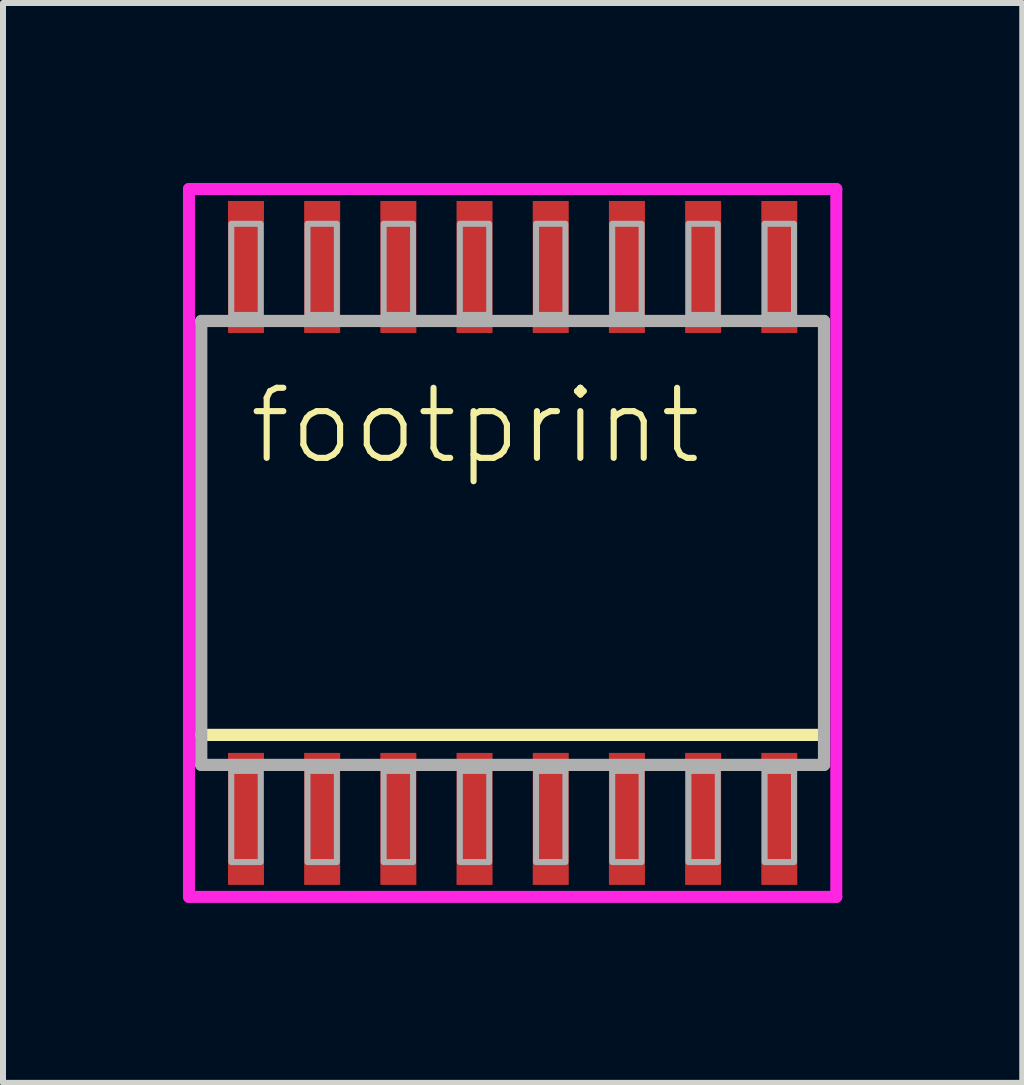
<source format=kicad_pcb>
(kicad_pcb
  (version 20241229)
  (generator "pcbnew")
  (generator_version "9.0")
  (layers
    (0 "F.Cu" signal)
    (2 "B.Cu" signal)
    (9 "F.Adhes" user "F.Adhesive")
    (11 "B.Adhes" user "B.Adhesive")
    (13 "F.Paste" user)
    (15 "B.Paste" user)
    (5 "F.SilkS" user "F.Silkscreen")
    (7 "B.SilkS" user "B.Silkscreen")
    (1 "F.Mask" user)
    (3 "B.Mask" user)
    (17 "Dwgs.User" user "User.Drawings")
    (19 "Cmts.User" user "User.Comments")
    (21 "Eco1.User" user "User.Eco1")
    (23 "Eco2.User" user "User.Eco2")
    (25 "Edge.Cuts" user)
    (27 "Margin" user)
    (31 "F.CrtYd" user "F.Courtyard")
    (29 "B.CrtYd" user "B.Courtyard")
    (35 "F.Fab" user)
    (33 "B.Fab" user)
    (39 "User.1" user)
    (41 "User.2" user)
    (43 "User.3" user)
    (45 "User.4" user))
  (footprint "footprint"
    (layer "F.Cu")
    (at 5.495 6)
    (property "Reference" "footprint" (at -4.445 -1.27 0) (layer "F.SilkS") (effects (font (size 1.168 1.168) (thickness 0.102)) (justify left bottom)))
    (fp_line (start 5.19 3.2) (end -5.19 3.2) (stroke (width 0.203) (type solid)) (layer "F.SilkS"))
    (fp_line (start -5.395 -5.9) (end 5.395 -5.9) (stroke (width 0.2) (type solid)) (layer "F.CrtYd"))
    (fp_line (start -5.395 5.9) (end -5.395 -5.9) (stroke (width 0.2) (type solid)) (layer "F.CrtYd"))
    (fp_line (start 5.395 -5.9) (end 5.395 5.9) (stroke (width 0.2) (type solid)) (layer "F.CrtYd"))
    (fp_line (start 5.395 5.9) (end -5.395 5.9) (stroke (width 0.2) (type solid)) (layer "F.CrtYd"))
    (fp_line (start -5.19 -3.7) (end 5.19 -3.7) (stroke (width 0.203) (type solid)) (layer "F.Fab"))
    (fp_line (start -5.19 3.7) (end -5.19 -3.7) (stroke (width 0.203) (type solid)) (layer "F.Fab"))
    (fp_line (start 5.19 -3.7) (end 5.19 3.7) (stroke (width 0.203) (type solid)) (layer "F.Fab"))
    (fp_line (start 5.19 3.7) (end -5.19 3.7) (stroke (width 0.203) (type solid)) (layer "F.Fab"))
    (fp_poly (pts (xy -4.69 -3.8) (xy -4.2 -3.8) (xy -4.2 -5.32) (xy -4.69 -5.32)) (stroke (width 0.1) (type solid)) (fill no) (layer "F.Fab"))
    (fp_poly (pts (xy -4.69 5.32) (xy -4.2 5.32) (xy -4.2 3.8) (xy -4.69 3.8)) (stroke (width 0.1) (type solid)) (fill no) (layer "F.Fab"))
    (fp_poly (pts (xy -3.42 -3.8) (xy -2.93 -3.8) (xy -2.93 -5.32) (xy -3.42 -5.32)) (stroke (width 0.1) (type solid)) (fill no) (layer "F.Fab"))
    (fp_poly (pts (xy -3.42 5.32) (xy -2.93 5.32) (xy -2.93 3.8) (xy -3.42 3.8)) (stroke (width 0.1) (type solid)) (fill no) (layer "F.Fab"))
    (fp_poly (pts (xy -2.15 -3.8) (xy -1.66 -3.8) (xy -1.66 -5.32) (xy -2.15 -5.32)) (stroke (width 0.1) (type solid)) (fill no) (layer "F.Fab"))
    (fp_poly (pts (xy -2.15 5.32) (xy -1.66 5.32) (xy -1.66 3.8) (xy -2.15 3.8)) (stroke (width 0.1) (type solid)) (fill no) (layer "F.Fab"))
    (fp_poly (pts (xy -0.88 -3.8) (xy -0.39 -3.8) (xy -0.39 -5.32) (xy -0.88 -5.32)) (stroke (width 0.1) (type solid)) (fill no) (layer "F.Fab"))
    (fp_poly (pts (xy -0.88 5.32) (xy -0.39 5.32) (xy -0.39 3.8) (xy -0.88 3.8)) (stroke (width 0.1) (type solid)) (fill no) (layer "F.Fab"))
    (fp_poly (pts (xy 0.39 -3.8) (xy 0.88 -3.8) (xy 0.88 -5.32) (xy 0.39 -5.32)) (stroke (width 0.1) (type solid)) (fill no) (layer "F.Fab"))
    (fp_poly (pts (xy 0.39 5.32) (xy 0.88 5.32) (xy 0.88 3.8) (xy 0.39 3.8)) (stroke (width 0.1) (type solid)) (fill no) (layer "F.Fab"))
    (fp_poly (pts (xy 1.66 -3.8) (xy 2.15 -3.8) (xy 2.15 -5.32) (xy 1.66 -5.32)) (stroke (width 0.1) (type solid)) (fill no) (layer "F.Fab"))
    (fp_poly (pts (xy 1.66 5.32) (xy 2.15 5.32) (xy 2.15 3.8) (xy 1.66 3.8)) (stroke (width 0.1) (type solid)) (fill no) (layer "F.Fab"))
    (fp_poly (pts (xy 2.93 -3.8) (xy 3.42 -3.8) (xy 3.42 -5.32) (xy 2.93 -5.32)) (stroke (width 0.1) (type solid)) (fill no) (layer "F.Fab"))
    (fp_poly (pts (xy 2.93 5.32) (xy 3.42 5.32) (xy 3.42 3.8) (xy 2.93 3.8)) (stroke (width 0.1) (type solid)) (fill no) (layer "F.Fab"))
    (fp_poly (pts (xy 4.2 -3.8) (xy 4.69 -3.8) (xy 4.69 -5.32) (xy 4.2 -5.32)) (stroke (width 0.1) (type solid)) (fill no) (layer "F.Fab"))
    (fp_poly (pts (xy 4.2 5.32) (xy 4.69 5.32) (xy 4.69 3.8) (xy 4.2 3.8)) (stroke (width 0.1) (type solid)) (fill no) (layer "F.Fab"))
    (pad "1" smd rect (at -4.445 4.6) (size 0.6 2.2) (layers "F.Cu" "F.Mask" "F.Paste"))
    (pad "2" smd rect (at -3.175 4.6) (size 0.6 2.2) (layers "F.Cu" "F.Mask" "F.Paste"))
    (pad "3" smd rect (at -1.905 4.6) (size 0.6 2.2) (layers "F.Cu" "F.Mask" "F.Paste"))
    (pad "4" smd rect (at -0.635 4.6) (size 0.6 2.2) (layers "F.Cu" "F.Mask" "F.Paste"))
    (pad "5" smd rect (at 0.635 4.6) (size 0.6 2.2) (layers "F.Cu" "F.Mask" "F.Paste"))
    (pad "6" smd rect (at 1.905 4.6) (size 0.6 2.2) (layers "F.Cu" "F.Mask" "F.Paste"))
    (pad "7" smd rect (at 3.175 4.6) (size 0.6 2.2) (layers "F.Cu" "F.Mask" "F.Paste"))
    (pad "8" smd rect (at 4.445 4.6) (size 0.6 2.2) (layers "F.Cu" "F.Mask" "F.Paste"))
    (pad "9" smd rect (at 4.445 -4.6) (size 0.6 2.2) (layers "F.Cu" "F.Mask" "F.Paste"))
    (pad "10" smd rect (at 3.175 -4.6) (size 0.6 2.2) (layers "F.Cu" "F.Mask" "F.Paste"))
    (pad "11" smd rect (at 1.905 -4.6) (size 0.6 2.2) (layers "F.Cu" "F.Mask" "F.Paste"))
    (pad "12" smd rect (at 0.635 -4.6) (size 0.6 2.2) (layers "F.Cu" "F.Mask" "F.Paste"))
    (pad "13" smd rect (at -0.635 -4.6) (size 0.6 2.2) (layers "F.Cu" "F.Mask" "F.Paste"))
    (pad "14" smd rect (at -1.905 -4.6) (size 0.6 2.2) (layers "F.Cu" "F.Mask" "F.Paste"))
    (pad "15" smd rect (at -3.175 -4.6) (size 0.6 2.2) (layers "F.Cu" "F.Mask" "F.Paste"))
    (pad "16" smd rect (at -4.445 -4.6) (size 0.6 2.2) (layers "F.Cu" "F.Mask" "F.Paste")))
  (gr_rect
    (start -3 -3)
    (end 13.99 15)
    (stroke (width 0.1) (type default))
    (fill no)
    (layer "Edge.Cuts")))
</source>
